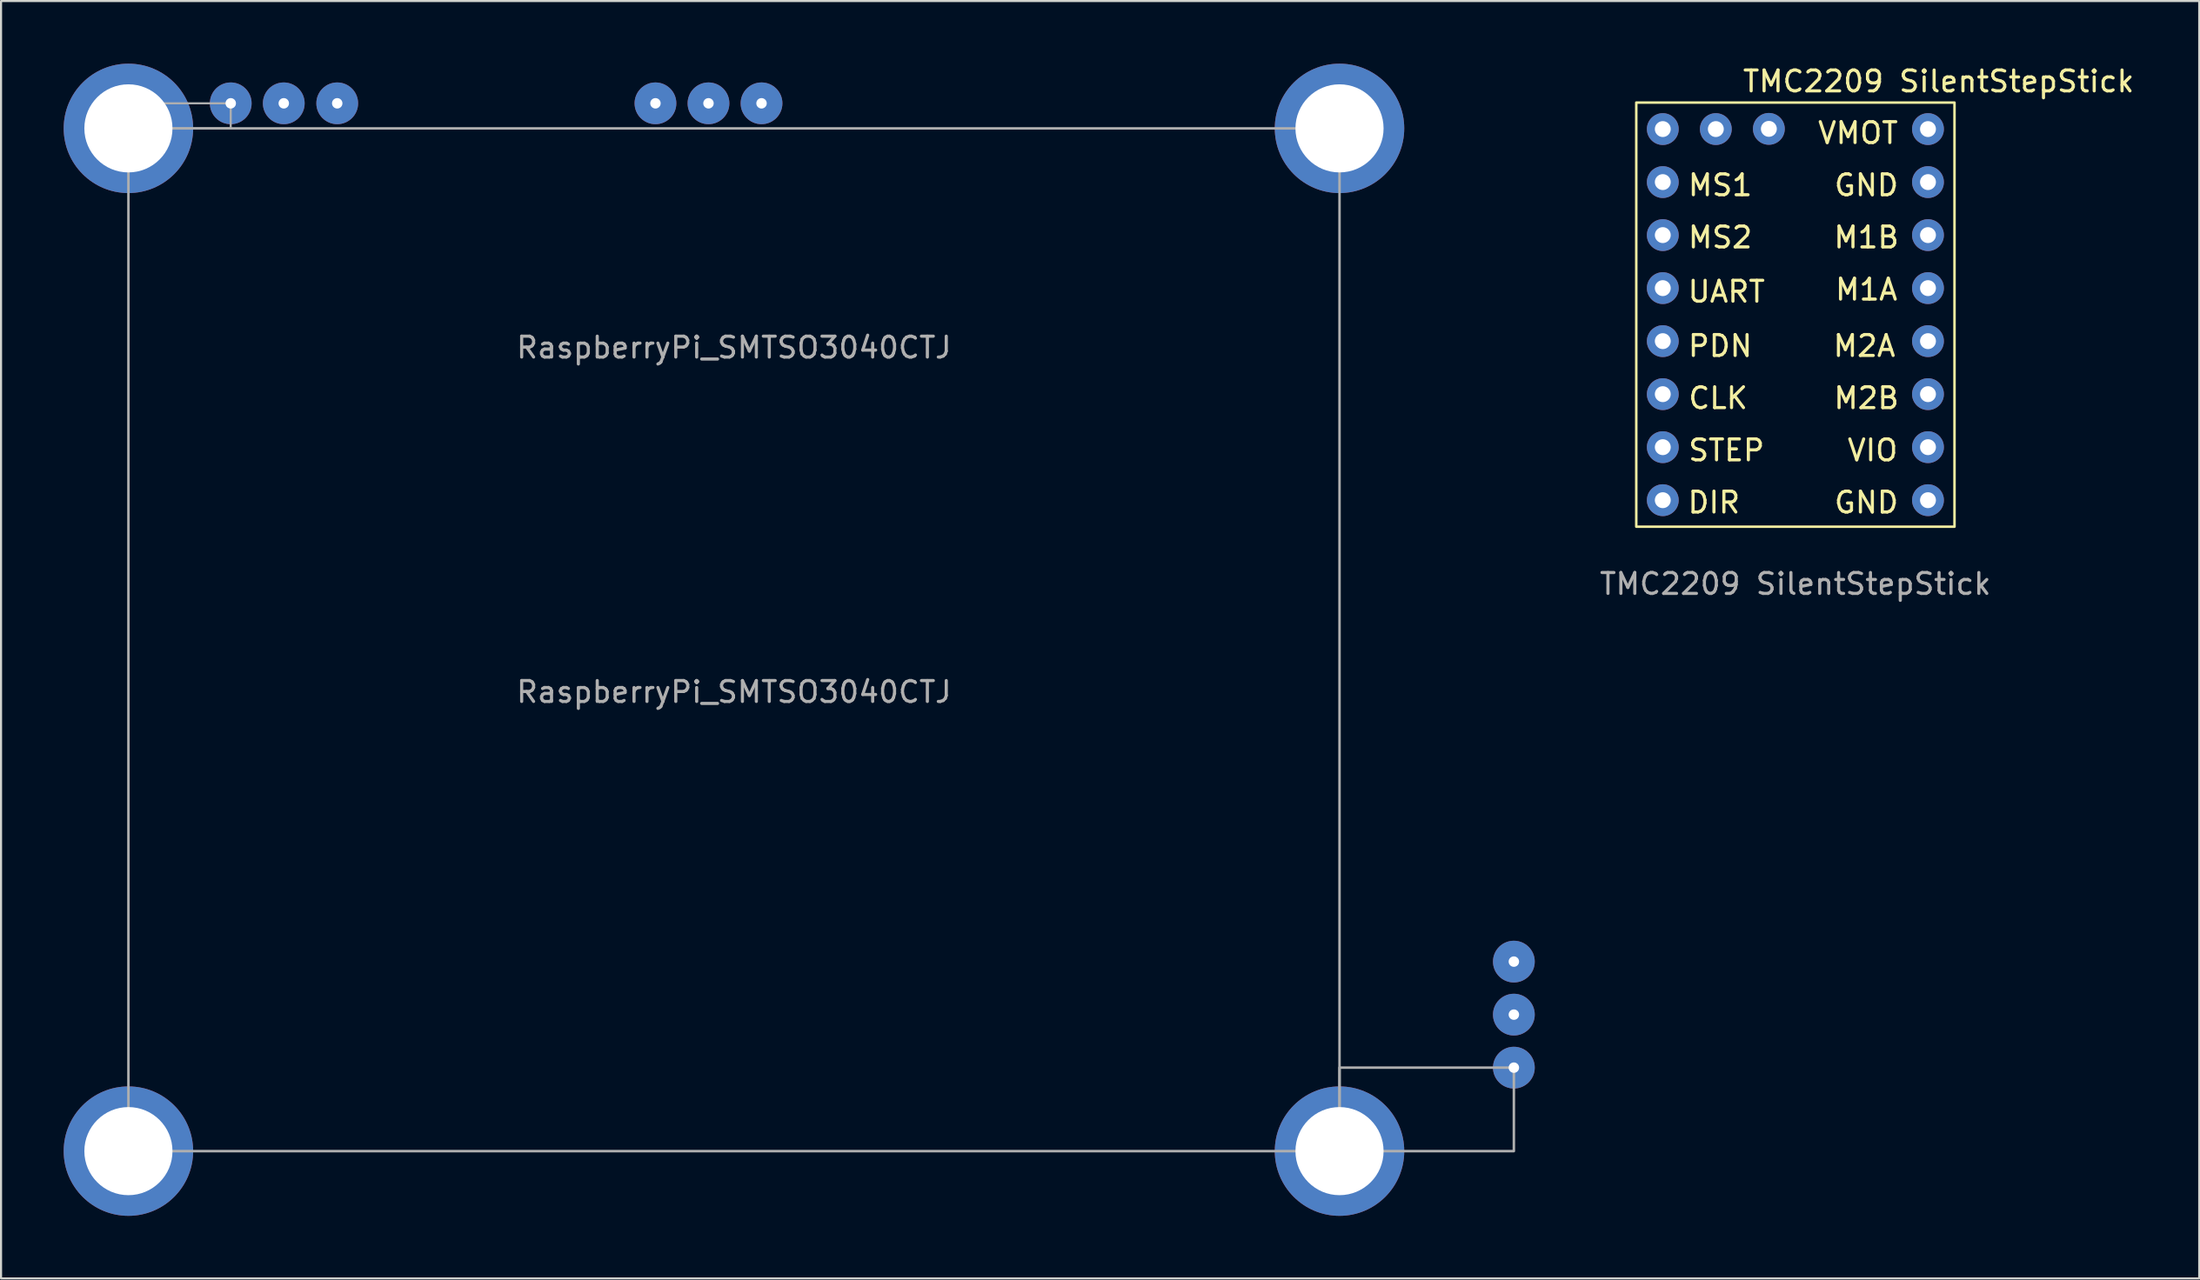
<source format=kicad_pcb>
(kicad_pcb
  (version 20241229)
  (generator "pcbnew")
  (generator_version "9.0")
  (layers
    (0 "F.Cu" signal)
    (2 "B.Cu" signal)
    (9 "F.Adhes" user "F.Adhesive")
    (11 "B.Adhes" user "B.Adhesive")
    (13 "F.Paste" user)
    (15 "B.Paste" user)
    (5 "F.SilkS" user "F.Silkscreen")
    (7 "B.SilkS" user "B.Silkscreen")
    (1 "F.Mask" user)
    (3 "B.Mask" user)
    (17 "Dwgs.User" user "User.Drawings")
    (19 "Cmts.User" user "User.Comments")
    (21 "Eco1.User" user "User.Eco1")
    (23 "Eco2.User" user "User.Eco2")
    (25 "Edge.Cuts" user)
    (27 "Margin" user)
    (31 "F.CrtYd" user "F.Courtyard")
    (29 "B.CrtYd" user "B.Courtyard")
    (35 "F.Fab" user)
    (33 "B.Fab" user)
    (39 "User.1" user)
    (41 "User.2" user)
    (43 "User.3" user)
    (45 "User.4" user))
  (footprint "RaspberryPi_SMTSO3040CTJ"
    (layer "F.Cu")
    (at 32.1 27.6)
    (property "Reference" "RaspberryPi_SMTSO3040CTJ" (at 0 -14 0) (unlocked yes) (layer "F.Fab") (effects (font (size 1 1) (thickness 0.15))))
    (attr through_hole board_only)
    (fp_circle (center -29 24.5) (end -26.4 24.5) (stroke (width 0.5) (type dot)) (fill no) (layer "F.Paste"))
    (fp_circle (center -29 -24.5) (end -26.4 -24.5) (stroke (width 0.5) (type dot)) (fill no) (layer "F.Paste"))
    (fp_circle (center 29 24.5) (end 31.6 24.5) (stroke (width 0.5) (type dot)) (fill no) (layer "F.Paste"))
    (fp_circle (center 29 -24.5) (end 31.6 -24.5) (stroke (width 0.5) (type dot)) (fill no) (layer "F.Paste"))
    (fp_rect (start -29 -24.5) (end -24.1 -25.7) (stroke (width 0.1) (type default)) (fill no) (layer "F.Fab"))
    (fp_rect (start -29 -24.5) (end 29 24.5) (stroke (width 0.12) (type default)) (fill no) (layer "F.Fab"))
    (fp_rect (start 29 24.5) (end 37.35 20.5) (stroke (width 0.12) (type default)) (fill no) (layer "F.Fab"))
    (fp_text user "${REFERENCE}" (at 0 2.5 0) (unlocked yes) (layer "F.Fab") (effects (font (size 1 1) (thickness 0.15))))
    (pad "0" thru_hole circle (at -29 -24.5) (size 6.2 6.2) (drill 4.22) (layers "*.Cu" "*.Mask"))
    (pad "0" thru_hole circle (at -29 24.5) (size 6.2 6.2) (drill 4.22) (layers "*.Cu" "*.Mask"))
    (pad "0" thru_hole circle (at 29 -24.5) (size 6.2 6.2) (drill 4.22) (layers "*.Cu" "*.Mask"))
    (pad "0" thru_hole circle (at 29 24.5) (size 6.2 6.2) (drill 4.22) (layers "*.Cu" "*.Mask"))
    (pad "1" thru_hole circle (at 37.35 20.5) (size 2 2) (drill 0.5) (layers "*.Cu" "*.Mask" "F.Paste"))
    (pad "2" thru_hole circle (at 37.35 17.96) (size 2 2) (drill 0.5) (layers "*.Cu" "*.Mask" "F.Paste"))
    (pad "3" thru_hole circle (at 37.35 15.42) (size 2 2) (drill 0.5) (layers "*.Cu" "*.Mask" "F.Paste"))
    (pad "4" thru_hole circle (at -24.1 -25.7) (size 2 2) (drill 0.5) (layers "*.Cu" "*.Mask" "F.Paste"))
    (pad "5" thru_hole circle (at -21.56 -25.7) (size 2 2) (drill 0.5) (layers "*.Cu" "*.Mask" "F.Paste"))
    (pad "6" thru_hole circle (at -19 -25.7) (size 2 2) (drill 0.5) (layers "*.Cu" "*.Mask" "F.Paste"))
    (pad "7" thru_hole circle (at -3.76 -25.7) (size 2 2) (drill 0.5) (layers "*.Cu" "*.Mask" "F.Paste"))
    (pad "8" thru_hole circle (at -1.22 -25.7) (size 2 2) (drill 0.5) (layers "*.Cu" "*.Mask" "F.Paste"))
    (pad "9" thru_hole circle (at 1.32 -25.7) (size 2 2) (drill 0.5) (layers "*.Cu" "*.Mask" "F.Paste")))
  (footprint "TMC2209 SilentStepStick"
    (layer "F.Cu")
    (at 82.932 12.024)
    (property "Reference" "TMC2209 SilentStepStick" (at 6.858 -11.176 0) (unlocked yes) (layer "F.SilkS") (effects (font (size 1 1) (thickness 0.15))))
    (attr through_hole)
    (fp_rect (start -7.62 -10.16) (end 7.62 10.16) (stroke (width 0.12) (type solid)) (fill no) (layer "F.SilkS"))
    (fp_text user "M1A" (at 3.4 -1.2 0) (unlocked yes) (layer "F.SilkS") (effects (font (size 1 1) (thickness 0.15))))
    (fp_text user "M2B" (at 3.4 4 0) (unlocked yes) (layer "F.SilkS") (effects (font (size 1 1) (thickness 0.15))))
    (fp_text user "M1B" (at 3.4 -3.7 0) (unlocked yes) (layer "F.SilkS") (effects (font (size 1 1) (thickness 0.15))))
    (fp_text user "UART" (at -3.3 -1.1 0) (unlocked yes) (layer "F.SilkS") (effects (font (size 1 1) (thickness 0.15))))
    (fp_text user "GND" (at 3.4 9 0) (unlocked yes) (layer "F.SilkS") (effects (font (size 1 1) (thickness 0.15))))
    (fp_text user "VMOT" (at 3 -8.7 0) (unlocked yes) (layer "F.SilkS") (effects (font (size 1 1) (thickness 0.15))))
    (fp_text user "STEP" (at -3.3 6.5 0) (unlocked yes) (layer "F.SilkS") (effects (font (size 1 1) (thickness 0.15))))
    (fp_text user "VIO" (at 3.7 6.5 0) (unlocked yes) (layer "F.SilkS") (effects (font (size 1 1) (thickness 0.15))))
    (fp_text user "M2A" (at 3.3 1.5 0) (unlocked yes) (layer "F.SilkS") (effects (font (size 1 1) (thickness 0.15))))
    (fp_text user "MS2" (at -3.6 -3.7 0) (unlocked yes) (layer "F.SilkS") (effects (font (size 1 1) (thickness 0.15))))
    (fp_text user "CLK" (at -3.7 4 0) (unlocked yes) (layer "F.SilkS") (effects (font (size 1 1) (thickness 0.15))))
    (fp_text user "PDN" (at -3.6 1.5 0) (unlocked yes) (layer "F.SilkS") (effects (font (size 1 1) (thickness 0.15))))
    (fp_text user "DIR" (at -3.9 9 0) (unlocked yes) (layer "F.SilkS") (effects (font (size 1 1) (thickness 0.15))))
    (fp_text user "GND" (at 3.4 -6.2 0) (unlocked yes) (layer "F.SilkS") (effects (font (size 1 1) (thickness 0.15))))
    (fp_text user "MS1" (at -3.6 -6.2 0) (unlocked yes) (layer "F.SilkS") (effects (font (size 1 1) (thickness 0.15))))
    (fp_text user "${REFERENCE}" (at 0 12.9 0) (unlocked yes) (layer "F.Fab") (effects (font (size 1 1) (thickness 0.15))))
    (pad "1" thru_hole circle (at -6.35 -8.89) (size 1.524 1.524) (drill 0.762) (layers "*.Cu" "*.Mask"))
    (pad "2" thru_hole circle (at -6.35 -6.35) (size 1.524 1.524) (drill 0.762) (layers "*.Cu" "*.Mask"))
    (pad "3" thru_hole circle (at -6.35 -3.81) (size 1.524 1.524) (drill 0.762) (layers "*.Cu" "*.Mask"))
    (pad "4" thru_hole circle (at -6.35 -1.27) (size 1.524 1.524) (drill 0.762) (layers "*.Cu" "*.Mask"))
    (pad "5" thru_hole circle (at -6.35 1.27) (size 1.524 1.524) (drill 0.762) (layers "*.Cu" "*.Mask"))
    (pad "6" thru_hole circle (at -6.35 3.81) (size 1.524 1.524) (drill 0.762) (layers "*.Cu" "*.Mask"))
    (pad "7" thru_hole circle (at -6.35 6.35) (size 1.524 1.524) (drill 0.762) (layers "*.Cu" "*.Mask"))
    (pad "8" thru_hole circle (at -6.35 8.89) (size 1.524 1.524) (drill 0.762) (layers "*.Cu" "*.Mask"))
    (pad "9" thru_hole circle (at 6.35 -8.89) (size 1.524 1.524) (drill 0.762) (layers "*.Cu" "*.Mask"))
    (pad "10" thru_hole circle (at 6.35 -6.35) (size 1.524 1.524) (drill 0.762) (layers "*.Cu" "*.Mask"))
    (pad "11" thru_hole circle (at 6.35 -3.81) (size 1.524 1.524) (drill 0.762) (layers "*.Cu" "*.Mask"))
    (pad "12" thru_hole circle (at 6.35 -1.27) (size 1.524 1.524) (drill 0.762) (layers "*.Cu" "*.Mask"))
    (pad "13" thru_hole circle (at 6.35 1.27) (size 1.524 1.524) (drill 0.762) (layers "*.Cu" "*.Mask"))
    (pad "14" thru_hole circle (at 6.35 3.81) (size 1.524 1.524) (drill 0.762) (layers "*.Cu" "*.Mask"))
    (pad "15" thru_hole circle (at 6.35 6.35) (size 1.524 1.524) (drill 0.762) (layers "*.Cu" "*.Mask"))
    (pad "16" thru_hole circle (at 6.35 8.89) (size 1.524 1.524) (drill 0.762) (layers "*.Cu" "*.Mask"))
    (pad "17" thru_hole circle (at -3.81 -8.89) (size 1.524 1.524) (drill 0.762) (layers "*.Cu" "*.Mask"))
    (pad "18" thru_hole circle (at -1.27 -8.9) (size 1.524 1.524) (drill 0.762) (layers "*.Cu" "*.Mask")))
  (gr_rect
    (start -3 -3)
    (end 102.272 58.2)
    (stroke (width 0.1) (type default))
    (fill no)
    (layer "Edge.Cuts")))
</source>
